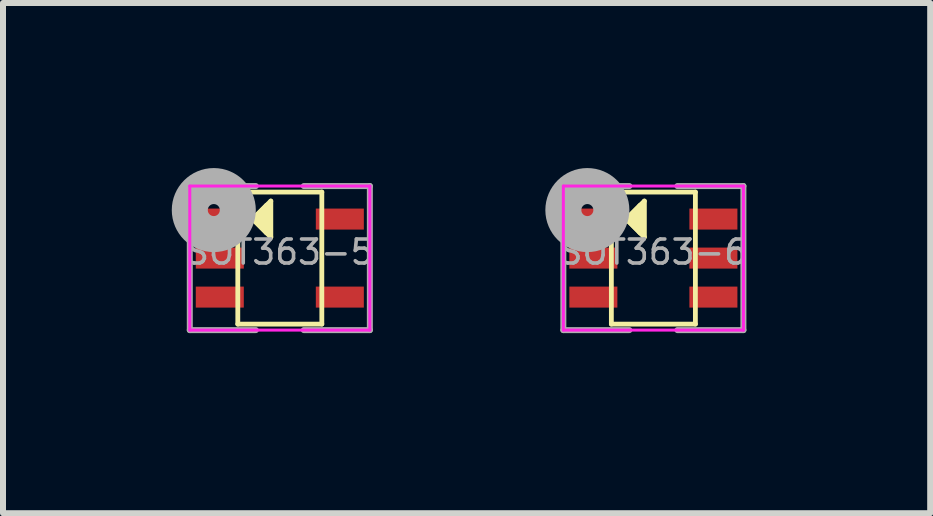
<source format=kicad_pcb>
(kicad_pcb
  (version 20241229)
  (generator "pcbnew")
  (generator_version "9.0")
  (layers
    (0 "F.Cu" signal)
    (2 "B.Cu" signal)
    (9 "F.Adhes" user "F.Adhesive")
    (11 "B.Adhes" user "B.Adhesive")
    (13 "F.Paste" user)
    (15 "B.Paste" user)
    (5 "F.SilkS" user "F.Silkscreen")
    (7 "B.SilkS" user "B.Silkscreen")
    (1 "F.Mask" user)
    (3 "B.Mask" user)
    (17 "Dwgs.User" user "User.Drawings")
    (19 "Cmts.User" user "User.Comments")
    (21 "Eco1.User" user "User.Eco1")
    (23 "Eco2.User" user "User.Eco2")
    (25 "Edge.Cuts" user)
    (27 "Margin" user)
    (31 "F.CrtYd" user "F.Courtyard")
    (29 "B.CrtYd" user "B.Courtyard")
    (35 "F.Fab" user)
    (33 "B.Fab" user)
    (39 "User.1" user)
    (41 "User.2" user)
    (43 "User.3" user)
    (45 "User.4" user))
  (footprint "SOT363-6"
    (layer "F.Cu")
    (at 7.836 1.25)
    (property "Reference" "SOT363-6" (at 0 -0.1 0) (layer "F.Fab") (effects (font (size 0.4 0.4) (thickness 0.06))))
    (attr smd)
    (fp_line (start -0.7 -1.1) (end 0.7 -1.1) (stroke (width 0.08) (type solid)) (layer "F.SilkS"))
    (fp_line (start -0.7 1.1) (end -0.7 -1.1) (stroke (width 0.08) (type solid)) (layer "F.SilkS"))
    (fp_line (start -0.45 -0.65) (end -0.15 -0.95) (stroke (width 0.08) (type solid)) (layer "F.SilkS"))
    (fp_line (start -0.4 -0.65) (end -0.2 -0.85) (stroke (width 0.15) (type solid)) (layer "F.SilkS"))
    (fp_line (start -0.4 -0.65) (end -0.2 -0.65) (stroke (width 0.15) (type solid)) (layer "F.SilkS"))
    (fp_line (start -0.2 -0.85) (end -0.2 -0.45) (stroke (width 0.15) (type solid)) (layer "F.SilkS"))
    (fp_line (start -0.2 -0.45) (end -0.4 -0.65) (stroke (width 0.15) (type solid)) (layer "F.SilkS"))
    (fp_line (start -0.15 -0.95) (end -0.15 -0.35) (stroke (width 0.08) (type solid)) (layer "F.SilkS"))
    (fp_line (start -0.15 -0.35) (end -0.45 -0.65) (stroke (width 0.08) (type solid)) (layer "F.SilkS"))
    (fp_line (start 0.7 -1.1) (end 0.7 1.1) (stroke (width 0.08) (type solid)) (layer "F.SilkS"))
    (fp_line (start 0.7 1.1) (end -0.7 1.1) (stroke (width 0.08) (type solid)) (layer "F.SilkS"))
    (fp_line (start -1.5 -1.2) (end 1.5 -1.2) (stroke (width 0.05) (type solid)) (layer "F.CrtYd"))
    (fp_line (start -1.5 1.2) (end -1.5 -1.2) (stroke (width 0.05) (type solid)) (layer "F.CrtYd"))
    (fp_line (start 1.5 -1.2) (end 1.5 1.2) (stroke (width 0.05) (type solid)) (layer "F.CrtYd"))
    (fp_line (start 1.5 1.2) (end -1.5 1.2) (stroke (width 0.05) (type solid)) (layer "F.CrtYd"))
    (fp_line (start -1.5 -1.2) (end -1.5 1.2) (stroke (width 0.1) (type solid)) (layer "F.Fab"))
    (fp_line (start -1.5 1.2) (end -0.4 1.2) (stroke (width 0.1) (type solid)) (layer "F.Fab"))
    (fp_line (start -0.4 -1.2) (end -1.5 -1.2) (stroke (width 0.1) (type solid)) (layer "F.Fab"))
    (fp_line (start 0.4 1.2) (end 1.5 1.2) (stroke (width 0.1) (type solid)) (layer "F.Fab"))
    (fp_line (start 1.5 -1.2) (end 0.4 -1.2) (stroke (width 0.1) (type solid)) (layer "F.Fab"))
    (fp_line (start 1.5 1.2) (end 1.5 -1.2) (stroke (width 0.1) (type solid)) (layer "F.Fab"))
    (fp_circle (center -1.1 -0.8) (end -1.1 -0.7) (stroke (width 0.6) (type solid)) (fill no) (layer "F.Fab"))
    (pad "1" smd rect (at -1 -0.65) (size 0.8 0.35) (layers "F.Cu" "F.Mask" "F.Paste"))
    (pad "2" smd rect (at -1 0) (size 0.8 0.35) (layers "F.Cu" "F.Mask" "F.Paste"))
    (pad "3" smd rect (at -1 0.65) (size 0.8 0.35) (layers "F.Cu" "F.Mask" "F.Paste"))
    (pad "4" smd rect (at 1 0.65) (size 0.8 0.35) (layers "F.Cu" "F.Mask" "F.Paste"))
    (pad "5" smd rect (at 1 0) (size 0.8 0.35) (layers "F.Cu" "F.Mask" "F.Paste"))
    (pad "6" smd rect (at 1 -0.65) (size 0.8 0.35) (layers "F.Cu" "F.Mask" "F.Paste")))
  (footprint "SOT363-5"
    (layer "F.Cu")
    (at 1.612 1.25)
    (property "Reference" "SOT363-5" (at 0 -0.1 0) (layer "F.Fab") (effects (font (size 0.4 0.4) (thickness 0.06))))
    (attr smd)
    (fp_line (start -0.7 -1.1) (end 0.7 -1.1) (stroke (width 0.08) (type solid)) (layer "F.SilkS"))
    (fp_line (start -0.7 1.1) (end -0.7 -1.1) (stroke (width 0.08) (type solid)) (layer "F.SilkS"))
    (fp_line (start -0.45 -0.65) (end -0.15 -0.95) (stroke (width 0.08) (type solid)) (layer "F.SilkS"))
    (fp_line (start -0.4 -0.65) (end -0.2 -0.85) (stroke (width 0.15) (type solid)) (layer "F.SilkS"))
    (fp_line (start -0.4 -0.65) (end -0.2 -0.65) (stroke (width 0.15) (type solid)) (layer "F.SilkS"))
    (fp_line (start -0.2 -0.85) (end -0.2 -0.45) (stroke (width 0.15) (type solid)) (layer "F.SilkS"))
    (fp_line (start -0.2 -0.45) (end -0.4 -0.65) (stroke (width 0.15) (type solid)) (layer "F.SilkS"))
    (fp_line (start -0.15 -0.95) (end -0.15 -0.35) (stroke (width 0.08) (type solid)) (layer "F.SilkS"))
    (fp_line (start -0.15 -0.35) (end -0.45 -0.65) (stroke (width 0.08) (type solid)) (layer "F.SilkS"))
    (fp_line (start 0.7 -1.1) (end 0.7 1.1) (stroke (width 0.08) (type solid)) (layer "F.SilkS"))
    (fp_line (start 0.7 1.1) (end -0.7 1.1) (stroke (width 0.08) (type solid)) (layer "F.SilkS"))
    (fp_line (start -1.5 -1.2) (end 1.5 -1.2) (stroke (width 0.05) (type solid)) (layer "F.CrtYd"))
    (fp_line (start -1.5 1.2) (end -1.5 -1.2) (stroke (width 0.05) (type solid)) (layer "F.CrtYd"))
    (fp_line (start 1.5 -1.2) (end 1.5 1.2) (stroke (width 0.05) (type solid)) (layer "F.CrtYd"))
    (fp_line (start 1.5 1.2) (end -1.5 1.2) (stroke (width 0.05) (type solid)) (layer "F.CrtYd"))
    (fp_line (start -1.5 -1.2) (end -1.5 1.2) (stroke (width 0.1) (type solid)) (layer "F.Fab"))
    (fp_line (start -1.5 1.2) (end -0.4 1.2) (stroke (width 0.1) (type solid)) (layer "F.Fab"))
    (fp_line (start -0.4 -1.2) (end -1.5 -1.2) (stroke (width 0.1) (type solid)) (layer "F.Fab"))
    (fp_line (start 0.4 1.2) (end 1.5 1.2) (stroke (width 0.1) (type solid)) (layer "F.Fab"))
    (fp_line (start 1.5 -1.2) (end 0.4 -1.2) (stroke (width 0.1) (type solid)) (layer "F.Fab"))
    (fp_line (start 1.5 1.2) (end 1.5 -1.2) (stroke (width 0.1) (type solid)) (layer "F.Fab"))
    (fp_circle (center -1.1 -0.8) (end -1.1 -0.7) (stroke (width 0.6) (type solid)) (fill no) (layer "F.Fab"))
    (pad "1" smd rect (at -1 -0.65) (size 0.8 0.35) (layers "F.Cu" "F.Mask" "F.Paste"))
    (pad "2" smd rect (at -1 0) (size 0.8 0.35) (layers "F.Cu" "F.Mask" "F.Paste"))
    (pad "3" smd rect (at -1 0.65) (size 0.8 0.35) (layers "F.Cu" "F.Mask" "F.Paste"))
    (pad "4" smd rect (at 1 0.65) (size 0.8 0.35) (layers "F.Cu" "F.Mask" "F.Paste"))
    (pad "5" smd rect (at 1 -0.65) (size 0.8 0.35) (layers "F.Cu" "F.Mask" "F.Paste")))
  (gr_rect
    (start -3 -3)
    (end 12.448 5.5)
    (stroke (width 0.1) (type default))
    (fill no)
    (layer "Edge.Cuts")))
</source>
